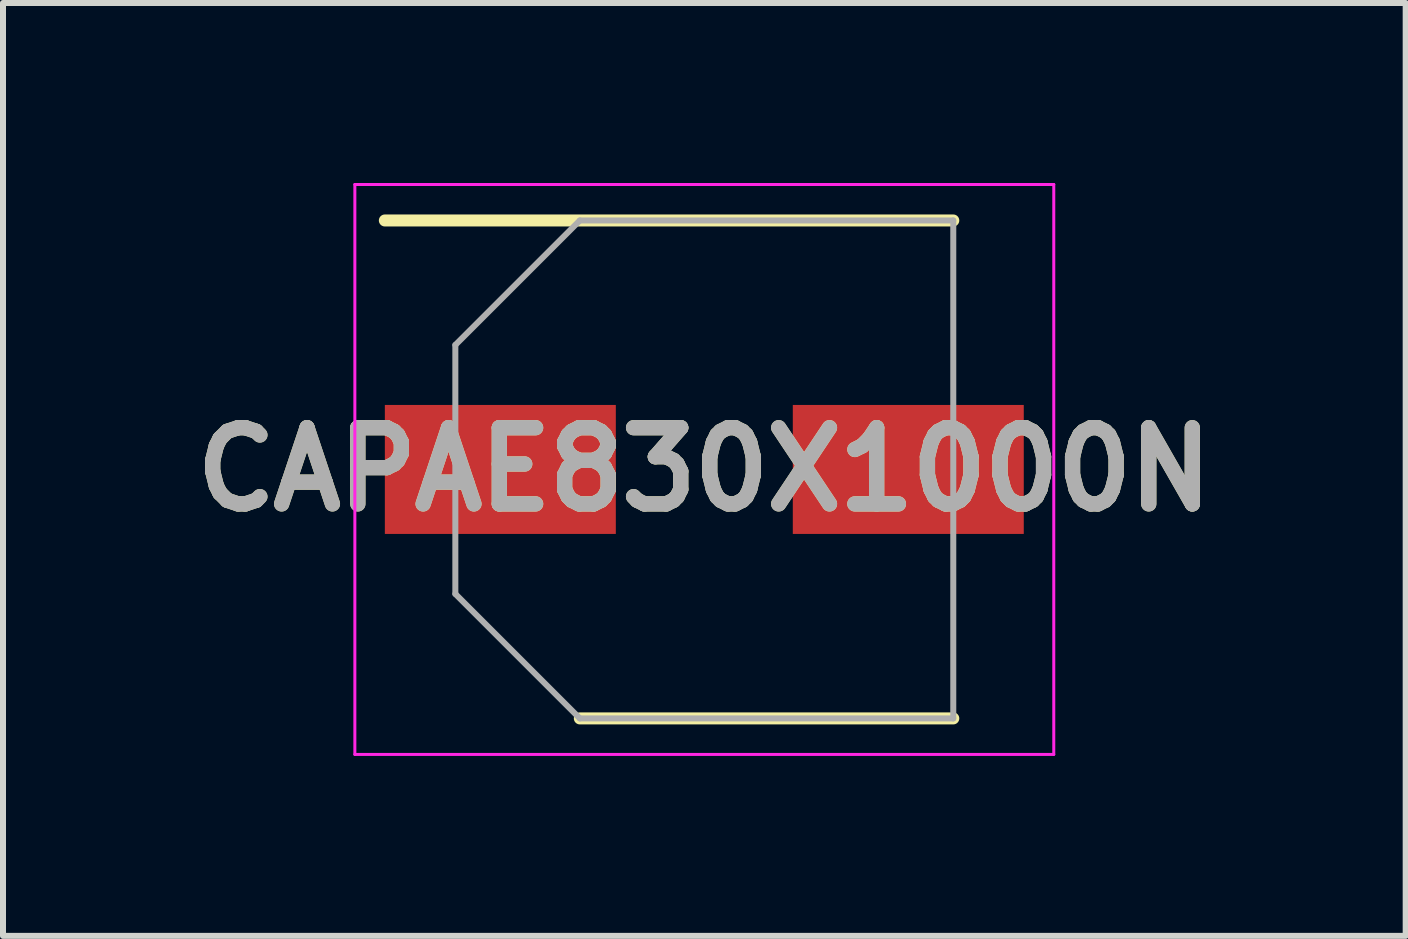
<source format=kicad_pcb>
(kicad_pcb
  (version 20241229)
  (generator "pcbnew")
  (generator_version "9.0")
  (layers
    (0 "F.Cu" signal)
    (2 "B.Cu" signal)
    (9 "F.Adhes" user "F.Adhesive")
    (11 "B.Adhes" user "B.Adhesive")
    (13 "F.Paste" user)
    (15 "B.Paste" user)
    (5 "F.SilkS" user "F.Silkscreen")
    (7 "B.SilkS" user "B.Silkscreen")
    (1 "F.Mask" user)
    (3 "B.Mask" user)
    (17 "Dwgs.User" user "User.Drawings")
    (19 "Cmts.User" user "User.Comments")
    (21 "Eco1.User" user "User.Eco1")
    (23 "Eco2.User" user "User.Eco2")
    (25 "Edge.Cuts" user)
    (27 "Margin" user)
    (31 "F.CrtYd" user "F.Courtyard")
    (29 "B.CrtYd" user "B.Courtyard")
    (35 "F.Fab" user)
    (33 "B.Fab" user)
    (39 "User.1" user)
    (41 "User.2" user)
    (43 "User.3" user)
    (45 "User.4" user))
  (footprint "CAPAE830X1000N"
    (layer "F.Cu")
    (at 8.69 4.775)
    (property "Reference" "CAPAE830X1000N" (at 0 0 0) (layer "F.SilkS") (effects (font (size 1.27 1.27) (thickness 0.254))))
    (attr smd)
    (fp_line (start -5.325 -4.15) (end 4.15 -4.15) (stroke (width 0.2) (type solid)) (layer "F.SilkS"))
    (fp_line (start -2.075 4.15) (end 4.15 4.15) (stroke (width 0.2) (type solid)) (layer "F.SilkS"))
    (fp_line (start -5.825 -4.75) (end 5.825 -4.75) (stroke (width 0.05) (type solid)) (layer "F.CrtYd"))
    (fp_line (start -5.825 4.75) (end -5.825 -4.75) (stroke (width 0.05) (type solid)) (layer "F.CrtYd"))
    (fp_line (start 5.825 -4.75) (end 5.825 4.75) (stroke (width 0.05) (type solid)) (layer "F.CrtYd"))
    (fp_line (start 5.825 4.75) (end -5.825 4.75) (stroke (width 0.05) (type solid)) (layer "F.CrtYd"))
    (fp_line (start -4.15 -2.075) (end -4.15 2.075) (stroke (width 0.1) (type solid)) (layer "F.Fab"))
    (fp_line (start -4.15 2.075) (end -2.075 4.15) (stroke (width 0.1) (type solid)) (layer "F.Fab"))
    (fp_line (start -2.075 -4.15) (end -4.15 -2.075) (stroke (width 0.1) (type solid)) (layer "F.Fab"))
    (fp_line (start -2.075 4.15) (end 4.15 4.15) (stroke (width 0.1) (type solid)) (layer "F.Fab"))
    (fp_line (start 4.15 -4.15) (end -2.075 -4.15) (stroke (width 0.1) (type solid)) (layer "F.Fab"))
    (fp_line (start 4.15 4.15) (end 4.15 -4.15) (stroke (width 0.1) (type solid)) (layer "F.Fab"))
    (fp_text user "${REFERENCE}" (at 0 0 0) (layer "F.Fab") (effects (font (size 1.27 1.27) (thickness 0.254))))
    (pad "1" smd rect (at -3.4 0 90) (size 2.15 3.85) (layers "F.Cu" "F.Mask" "F.Paste"))
    (pad "2" smd rect (at 3.4 0 90) (size 2.15 3.85) (layers "F.Cu" "F.Mask" "F.Paste")))
  (gr_rect
    (start -3 -3)
    (end 20.381 12.55)
    (stroke (width 0.1) (type default))
    (fill no)
    (layer "Edge.Cuts")))
</source>
